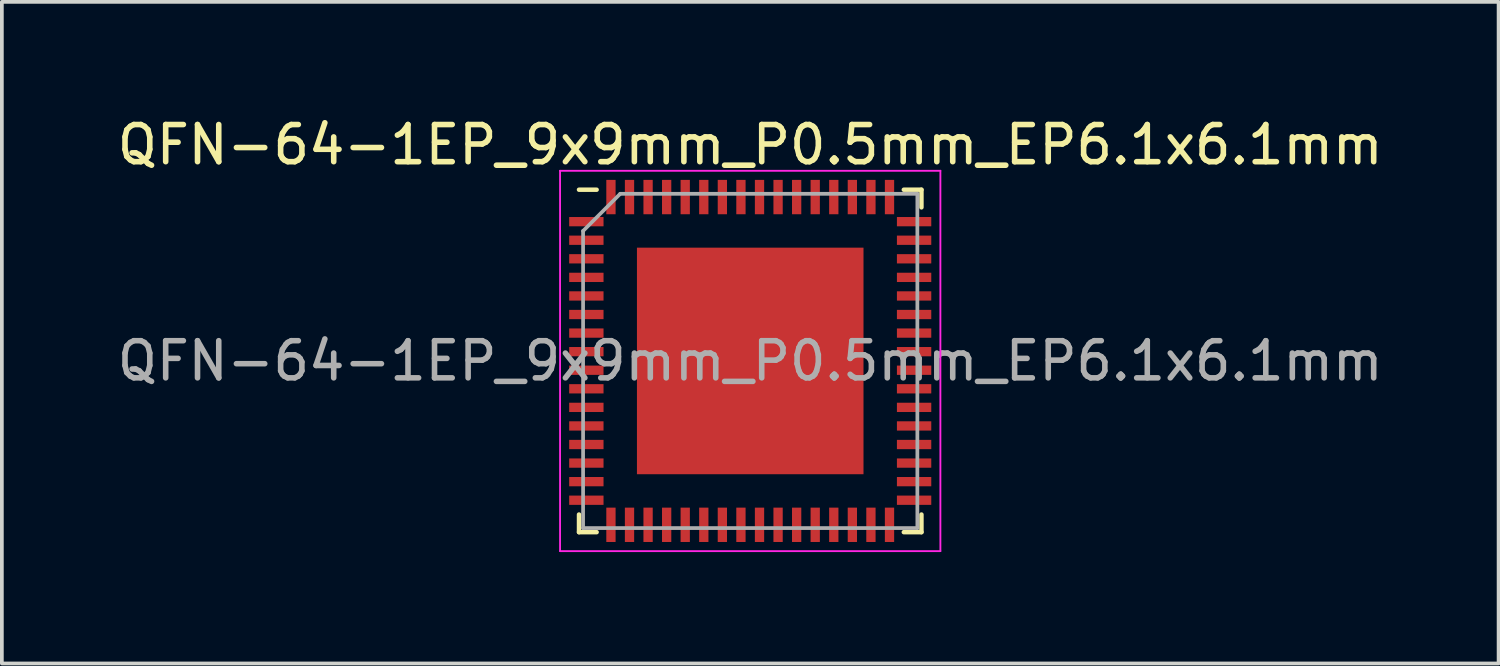
<source format=kicad_pcb>
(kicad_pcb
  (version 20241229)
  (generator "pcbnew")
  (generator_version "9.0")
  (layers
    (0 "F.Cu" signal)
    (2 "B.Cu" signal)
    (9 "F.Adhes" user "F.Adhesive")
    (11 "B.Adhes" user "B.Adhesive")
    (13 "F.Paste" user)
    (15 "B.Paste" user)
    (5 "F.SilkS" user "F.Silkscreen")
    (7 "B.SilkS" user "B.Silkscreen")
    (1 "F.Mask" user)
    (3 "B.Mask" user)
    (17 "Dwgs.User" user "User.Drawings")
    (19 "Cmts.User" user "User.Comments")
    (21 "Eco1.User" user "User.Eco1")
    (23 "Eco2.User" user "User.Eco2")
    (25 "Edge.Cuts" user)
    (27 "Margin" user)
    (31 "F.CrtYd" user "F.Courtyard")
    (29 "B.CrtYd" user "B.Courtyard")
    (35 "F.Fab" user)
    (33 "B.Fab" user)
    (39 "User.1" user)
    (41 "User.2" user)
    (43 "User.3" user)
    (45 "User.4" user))
  (footprint "QFN-64-1EP_9x9mm_P0.5mm_EP6.1x6.1mm"
    (layer "F.Cu")
    (at 17.149 6.668)
    (property "Reference" "QFN-64-1EP_9x9mm_P0.5mm_EP6.1x6.1mm" (at 0 -5.82 0) (layer "F.SilkS") (effects (font (size 1 1) (thickness 0.15))))
    (attr smd)
    (fp_line (start -4.61 4.61) (end -4.61 4.135) (stroke (width 0.12) (type solid)) (layer "F.SilkS"))
    (fp_line (start -4.135 -4.61) (end -4.61 -4.61) (stroke (width 0.12) (type solid)) (layer "F.SilkS"))
    (fp_line (start -4.135 4.61) (end -4.61 4.61) (stroke (width 0.12) (type solid)) (layer "F.SilkS"))
    (fp_line (start 4.135 -4.61) (end 4.61 -4.61) (stroke (width 0.12) (type solid)) (layer "F.SilkS"))
    (fp_line (start 4.135 4.61) (end 4.61 4.61) (stroke (width 0.12) (type solid)) (layer "F.SilkS"))
    (fp_line (start 4.61 -4.61) (end 4.61 -4.135) (stroke (width 0.12) (type solid)) (layer "F.SilkS"))
    (fp_line (start 4.61 4.61) (end 4.61 4.135) (stroke (width 0.12) (type solid)) (layer "F.SilkS"))
    (fp_line (start -5.12 -5.12) (end -5.12 5.12) (stroke (width 0.05) (type solid)) (layer "F.CrtYd"))
    (fp_line (start -5.12 5.12) (end 5.12 5.12) (stroke (width 0.05) (type solid)) (layer "F.CrtYd"))
    (fp_line (start 5.12 -5.12) (end -5.12 -5.12) (stroke (width 0.05) (type solid)) (layer "F.CrtYd"))
    (fp_line (start 5.12 5.12) (end 5.12 -5.12) (stroke (width 0.05) (type solid)) (layer "F.CrtYd"))
    (fp_line (start -4.5 -3.5) (end -3.5 -4.5) (stroke (width 0.1) (type solid)) (layer "F.Fab"))
    (fp_line (start -4.5 4.5) (end -4.5 -3.5) (stroke (width 0.1) (type solid)) (layer "F.Fab"))
    (fp_line (start -3.5 -4.5) (end 4.5 -4.5) (stroke (width 0.1) (type solid)) (layer "F.Fab"))
    (fp_line (start 4.5 -4.5) (end 4.5 4.5) (stroke (width 0.1) (type solid)) (layer "F.Fab"))
    (fp_line (start 4.5 4.5) (end -4.5 4.5) (stroke (width 0.1) (type solid)) (layer "F.Fab"))
    (fp_text user "${REFERENCE}" (at 0 0 0) (layer "F.Fab") (effects (font (size 1 1) (thickness 0.15))))
    (pad "" smd rect (at -2.205 -2.205) (size 1.23 1.23) (layers "F.Paste"))
    (pad "" smd rect (at -2.205 -0.735) (size 1.23 1.23) (layers "F.Paste"))
    (pad "" smd rect (at -2.205 0.735) (size 1.23 1.23) (layers "F.Paste"))
    (pad "" smd rect (at -2.205 2.205) (size 1.23 1.23) (layers "F.Paste"))
    (pad "" smd rect (at -0.735 -2.205) (size 1.23 1.23) (layers "F.Paste"))
    (pad "" smd rect (at -0.735 -0.735) (size 1.23 1.23) (layers "F.Paste"))
    (pad "" smd rect (at -0.735 0.735) (size 1.23 1.23) (layers "F.Paste"))
    (pad "" smd rect (at -0.735 2.205) (size 1.23 1.23) (layers "F.Paste"))
    (pad "" smd rect (at 0.735 -2.205) (size 1.23 1.23) (layers "F.Paste"))
    (pad "" smd rect (at 0.735 -0.735) (size 1.23 1.23) (layers "F.Paste"))
    (pad "" smd rect (at 0.735 0.735) (size 1.23 1.23) (layers "F.Paste"))
    (pad "" smd rect (at 0.735 2.205) (size 1.23 1.23) (layers "F.Paste"))
    (pad "" smd rect (at 2.205 -2.205) (size 1.23 1.23) (layers "F.Paste"))
    (pad "" smd rect (at 2.205 -0.735) (size 1.23 1.23) (layers "F.Paste"))
    (pad "" smd rect (at 2.205 0.735) (size 1.23 1.23) (layers "F.Paste"))
    (pad "" smd rect (at 2.205 2.205) (size 1.23 1.23) (layers "F.Paste"))
    (pad "1" smd rect (at -4.412 -3.75) (size 0.925 0.25) (layers "F.Cu" "F.Mask" "F.Paste"))
    (pad "2" smd rect (at -4.412 -3.25) (size 0.925 0.25) (layers "F.Cu" "F.Mask" "F.Paste"))
    (pad "3" smd rect (at -4.412 -2.75) (size 0.925 0.25) (layers "F.Cu" "F.Mask" "F.Paste"))
    (pad "4" smd rect (at -4.412 -2.25) (size 0.925 0.25) (layers "F.Cu" "F.Mask" "F.Paste"))
    (pad "5" smd rect (at -4.412 -1.75) (size 0.925 0.25) (layers "F.Cu" "F.Mask" "F.Paste"))
    (pad "6" smd rect (at -4.412 -1.25) (size 0.925 0.25) (layers "F.Cu" "F.Mask" "F.Paste"))
    (pad "7" smd rect (at -4.412 -0.75) (size 0.925 0.25) (layers "F.Cu" "F.Mask" "F.Paste"))
    (pad "8" smd rect (at -4.412 -0.25) (size 0.925 0.25) (layers "F.Cu" "F.Mask" "F.Paste"))
    (pad "9" smd rect (at -4.412 0.25) (size 0.925 0.25) (layers "F.Cu" "F.Mask" "F.Paste"))
    (pad "10" smd rect (at -4.412 0.75) (size 0.925 0.25) (layers "F.Cu" "F.Mask" "F.Paste"))
    (pad "11" smd rect (at -4.412 1.25) (size 0.925 0.25) (layers "F.Cu" "F.Mask" "F.Paste"))
    (pad "12" smd rect (at -4.412 1.75) (size 0.925 0.25) (layers "F.Cu" "F.Mask" "F.Paste"))
    (pad "13" smd rect (at -4.412 2.25) (size 0.925 0.25) (layers "F.Cu" "F.Mask" "F.Paste"))
    (pad "14" smd rect (at -4.412 2.75) (size 0.925 0.25) (layers "F.Cu" "F.Mask" "F.Paste"))
    (pad "15" smd rect (at -4.412 3.25) (size 0.925 0.25) (layers "F.Cu" "F.Mask" "F.Paste"))
    (pad "16" smd rect (at -4.412 3.75) (size 0.925 0.25) (layers "F.Cu" "F.Mask" "F.Paste"))
    (pad "17" smd rect (at -3.75 4.412) (size 0.25 0.925) (layers "F.Cu" "F.Mask" "F.Paste"))
    (pad "18" smd rect (at -3.25 4.412) (size 0.25 0.925) (layers "F.Cu" "F.Mask" "F.Paste"))
    (pad "19" smd rect (at -2.75 4.412) (size 0.25 0.925) (layers "F.Cu" "F.Mask" "F.Paste"))
    (pad "20" smd rect (at -2.25 4.412) (size 0.25 0.925) (layers "F.Cu" "F.Mask" "F.Paste"))
    (pad "21" smd rect (at -1.75 4.412) (size 0.25 0.925) (layers "F.Cu" "F.Mask" "F.Paste"))
    (pad "22" smd rect (at -1.25 4.412) (size 0.25 0.925) (layers "F.Cu" "F.Mask" "F.Paste"))
    (pad "23" smd rect (at -0.75 4.412) (size 0.25 0.925) (layers "F.Cu" "F.Mask" "F.Paste"))
    (pad "24" smd rect (at -0.25 4.412) (size 0.25 0.925) (layers "F.Cu" "F.Mask" "F.Paste"))
    (pad "25" smd rect (at 0.25 4.412) (size 0.25 0.925) (layers "F.Cu" "F.Mask" "F.Paste"))
    (pad "26" smd rect (at 0.75 4.412) (size 0.25 0.925) (layers "F.Cu" "F.Mask" "F.Paste"))
    (pad "27" smd rect (at 1.25 4.412) (size 0.25 0.925) (layers "F.Cu" "F.Mask" "F.Paste"))
    (pad "28" smd rect (at 1.75 4.412) (size 0.25 0.925) (layers "F.Cu" "F.Mask" "F.Paste"))
    (pad "29" smd rect (at 2.25 4.412) (size 0.25 0.925) (layers "F.Cu" "F.Mask" "F.Paste"))
    (pad "30" smd rect (at 2.75 4.412) (size 0.25 0.925) (layers "F.Cu" "F.Mask" "F.Paste"))
    (pad "31" smd rect (at 3.25 4.412) (size 0.25 0.925) (layers "F.Cu" "F.Mask" "F.Paste"))
    (pad "32" smd rect (at 3.75 4.412) (size 0.25 0.925) (layers "F.Cu" "F.Mask" "F.Paste"))
    (pad "33" smd rect (at 4.412 3.75) (size 0.925 0.25) (layers "F.Cu" "F.Mask" "F.Paste"))
    (pad "34" smd rect (at 4.412 3.25) (size 0.925 0.25) (layers "F.Cu" "F.Mask" "F.Paste"))
    (pad "35" smd rect (at 4.412 2.75) (size 0.925 0.25) (layers "F.Cu" "F.Mask" "F.Paste"))
    (pad "36" smd rect (at 4.412 2.25) (size 0.925 0.25) (layers "F.Cu" "F.Mask" "F.Paste"))
    (pad "37" smd rect (at 4.412 1.75) (size 0.925 0.25) (layers "F.Cu" "F.Mask" "F.Paste"))
    (pad "38" smd rect (at 4.412 1.25) (size 0.925 0.25) (layers "F.Cu" "F.Mask" "F.Paste"))
    (pad "39" smd rect (at 4.412 0.75) (size 0.925 0.25) (layers "F.Cu" "F.Mask" "F.Paste"))
    (pad "40" smd rect (at 4.412 0.25) (size 0.925 0.25) (layers "F.Cu" "F.Mask" "F.Paste"))
    (pad "41" smd rect (at 4.412 -0.25) (size 0.925 0.25) (layers "F.Cu" "F.Mask" "F.Paste"))
    (pad "42" smd rect (at 4.412 -0.75) (size 0.925 0.25) (layers "F.Cu" "F.Mask" "F.Paste"))
    (pad "43" smd rect (at 4.412 -1.25) (size 0.925 0.25) (layers "F.Cu" "F.Mask" "F.Paste"))
    (pad "44" smd rect (at 4.412 -1.75) (size 0.925 0.25) (layers "F.Cu" "F.Mask" "F.Paste"))
    (pad "45" smd rect (at 4.412 -2.25) (size 0.925 0.25) (layers "F.Cu" "F.Mask" "F.Paste"))
    (pad "46" smd rect (at 4.412 -2.75) (size 0.925 0.25) (layers "F.Cu" "F.Mask" "F.Paste"))
    (pad "47" smd rect (at 4.412 -3.25) (size 0.925 0.25) (layers "F.Cu" "F.Mask" "F.Paste"))
    (pad "48" smd rect (at 4.412 -3.75) (size 0.925 0.25) (layers "F.Cu" "F.Mask" "F.Paste"))
    (pad "49" smd rect (at 3.75 -4.412) (size 0.25 0.925) (layers "F.Cu" "F.Mask" "F.Paste"))
    (pad "50" smd rect (at 3.25 -4.412) (size 0.25 0.925) (layers "F.Cu" "F.Mask" "F.Paste"))
    (pad "51" smd rect (at 2.75 -4.412) (size 0.25 0.925) (layers "F.Cu" "F.Mask" "F.Paste"))
    (pad "52" smd rect (at 2.25 -4.412) (size 0.25 0.925) (layers "F.Cu" "F.Mask" "F.Paste"))
    (pad "53" smd rect (at 1.75 -4.412) (size 0.25 0.925) (layers "F.Cu" "F.Mask" "F.Paste"))
    (pad "54" smd rect (at 1.25 -4.412) (size 0.25 0.925) (layers "F.Cu" "F.Mask" "F.Paste"))
    (pad "55" smd rect (at 0.75 -4.412) (size 0.25 0.925) (layers "F.Cu" "F.Mask" "F.Paste"))
    (pad "56" smd rect (at 0.25 -4.412) (size 0.25 0.925) (layers "F.Cu" "F.Mask" "F.Paste"))
    (pad "57" smd rect (at -0.25 -4.412) (size 0.25 0.925) (layers "F.Cu" "F.Mask" "F.Paste"))
    (pad "58" smd rect (at -0.75 -4.412) (size 0.25 0.925) (layers "F.Cu" "F.Mask" "F.Paste"))
    (pad "59" smd rect (at -1.25 -4.412) (size 0.25 0.925) (layers "F.Cu" "F.Mask" "F.Paste"))
    (pad "60" smd rect (at -1.75 -4.412) (size 0.25 0.925) (layers "F.Cu" "F.Mask" "F.Paste"))
    (pad "61" smd rect (at -2.25 -4.412) (size 0.25 0.925) (layers "F.Cu" "F.Mask" "F.Paste"))
    (pad "62" smd rect (at -2.75 -4.412) (size 0.25 0.925) (layers "F.Cu" "F.Mask" "F.Paste"))
    (pad "63" smd rect (at -3.25 -4.412) (size 0.25 0.925) (layers "F.Cu" "F.Mask" "F.Paste"))
    (pad "64" smd rect (at -3.75 -4.412) (size 0.25 0.925) (layers "F.Cu" "F.Mask" "F.Paste"))
    (pad "65" smd rect (at 0 0) (size 6.1 6.1) (layers "F.Cu" "F.Mask")))
  (gr_rect
    (start -3 -3)
    (end 37.298 14.813)
    (stroke (width 0.1) (type default))
    (fill no)
    (layer "Edge.Cuts")))
</source>
